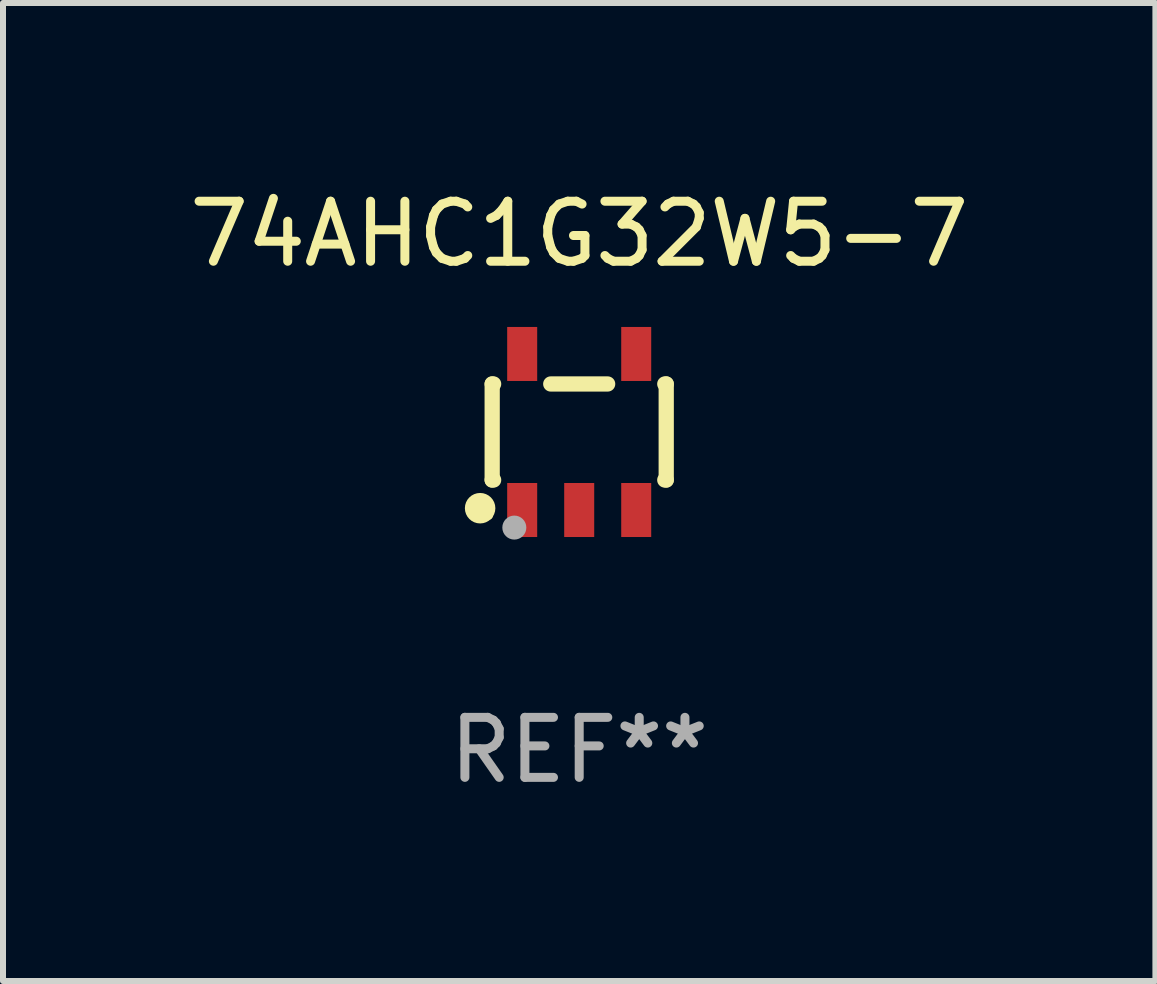
<source format=kicad_pcb>
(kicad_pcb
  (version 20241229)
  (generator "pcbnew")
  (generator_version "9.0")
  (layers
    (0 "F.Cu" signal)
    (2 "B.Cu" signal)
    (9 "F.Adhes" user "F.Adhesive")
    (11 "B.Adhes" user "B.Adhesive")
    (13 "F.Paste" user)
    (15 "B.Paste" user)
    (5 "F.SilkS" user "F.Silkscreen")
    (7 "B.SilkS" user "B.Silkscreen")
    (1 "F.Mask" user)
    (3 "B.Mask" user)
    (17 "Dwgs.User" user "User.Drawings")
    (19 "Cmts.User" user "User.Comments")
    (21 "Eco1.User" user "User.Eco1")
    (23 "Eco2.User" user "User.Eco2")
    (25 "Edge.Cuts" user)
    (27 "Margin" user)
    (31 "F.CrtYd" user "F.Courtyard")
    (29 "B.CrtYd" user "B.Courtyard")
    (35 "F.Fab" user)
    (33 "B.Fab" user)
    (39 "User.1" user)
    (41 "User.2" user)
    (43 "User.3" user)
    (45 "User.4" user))
  (footprint "74AHC1G32W5-7"
    (layer "F.Cu")
    (at 6.601 4.148)
    (property "Reference" "74AHC1G32W5-7" (at 0 -3.3 0) (layer "F.SilkS") (effects (font (size 1 1) (thickness 0.15))))
    (attr through_hole)
    (fp_line (start -1.45 0.8) (end -1.45 -0.8) (stroke (width 0.254) (type solid)) (layer "F.SilkS"))
    (fp_line (start -1.45 0.8) (end -1.426 0.8) (stroke (width 0.254) (type solid)) (layer "F.SilkS"))
    (fp_line (start -1.426 -0.8) (end -1.45 -0.8) (stroke (width 0.254) (type solid)) (layer "F.SilkS"))
    (fp_line (start 0.474 -0.8) (end -0.474 -0.8) (stroke (width 0.254) (type solid)) (layer "F.SilkS"))
    (fp_line (start 1.426 0.8) (end 1.45 0.8) (stroke (width 0.254) (type solid)) (layer "F.SilkS"))
    (fp_line (start 1.45 -0.8) (end 1.426 -0.8) (stroke (width 0.254) (type solid)) (layer "F.SilkS"))
    (fp_line (start 1.45 0.8) (end 1.45 -0.8) (stroke (width 0.254) (type solid)) (layer "F.SilkS"))
    (fp_circle (center -1.651 1.27) (end -1.524 1.27) (stroke (width 0.254) (type solid)) (fill no) (layer "F.SilkS"))
    (fp_circle (center -1.5 1.4) (end -1.47 1.4) (stroke (width 0.06) (type solid)) (fill no) (layer "F.SilkS"))
    (fp_circle (center -1.081 1.593) (end -0.981 1.593) (stroke (width 0.2) (type solid)) (fill no) (layer "F.Fab"))
    (fp_text user "REF**" (at 0 5.3 0) (layer "F.Fab") (effects (font (size 1 1) (thickness 0.15))))
    (pad "1" smd rect (at -0.95 1.3) (size 0.5 0.9) (layers "F.Cu" "F.Mask" "F.Paste"))
    (pad "2" smd rect (at 0 1.3) (size 0.5 0.9) (layers "F.Cu" "F.Mask" "F.Paste"))
    (pad "3" smd rect (at 0.95 1.3) (size 0.5 0.9) (layers "F.Cu" "F.Mask" "F.Paste"))
    (pad "4" smd rect (at 0.95 -1.3) (size 0.5 0.9) (layers "F.Cu" "F.Mask" "F.Paste"))
    (pad "5" smd rect (at -0.95 -1.3) (size 0.5 0.9) (layers "F.Cu" "F.Mask" "F.Paste")))
  (gr_rect
    (start -3 -3)
    (end 16.202 13.296)
    (stroke (width 0.1) (type default))
    (fill no)
    (layer "Edge.Cuts")))
</source>
